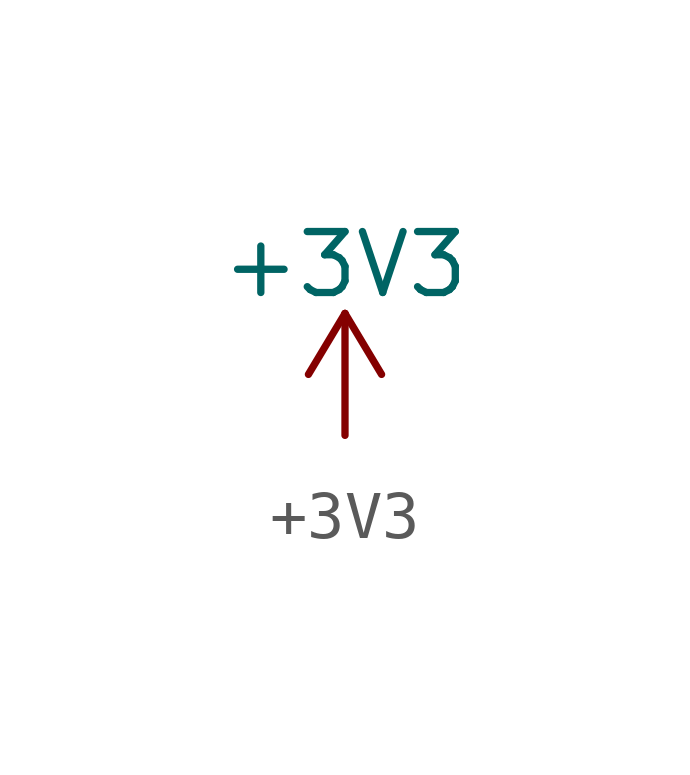
<source format=kicad_sym>
(kicad_symbol_lib
  (version 20220914)
  (generator kicad_symbol_editor)
  (symbol "+3V3"
    (power)
    (pin_names
      (offset 0))
    (property "Reference" "#PWR"
      (at 0 -3.81 0)
      (effects (font (size 1.27 1.27)) hide))
    (property "Value" "+3V3"
      (at 0 3.556 0)
      (effects (font (size 1.27 1.27))))
    (symbol "+3V3_0_1"
      (polyline (pts (xy -0.762 1.27) (xy 0 2.54)) (stroke (width 0) (type default)) (fill (type none)))
      (polyline (pts (xy 0 0) (xy 0 2.54)) (stroke (width 0) (type default)) (fill (type none)))
      (polyline (pts (xy 0 2.54) (xy 0.762 1.27)) (stroke (width 0) (type default)) (fill (type none))))
    (symbol "+3V3_1_1"
      (pin power_in line (at 0 0 0) (length 0) hide (name "+3V3" (effects (font (size 1.27 1.27)))) (number "1" (effects (font (size 1.27 1.27))))))))
</source>
